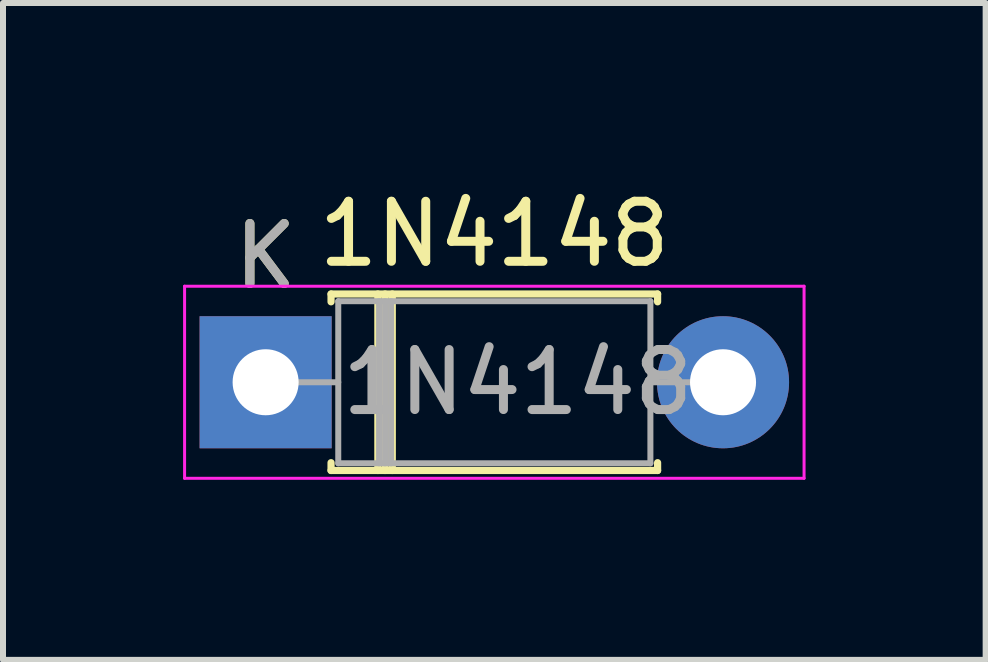
<source format=kicad_pcb>
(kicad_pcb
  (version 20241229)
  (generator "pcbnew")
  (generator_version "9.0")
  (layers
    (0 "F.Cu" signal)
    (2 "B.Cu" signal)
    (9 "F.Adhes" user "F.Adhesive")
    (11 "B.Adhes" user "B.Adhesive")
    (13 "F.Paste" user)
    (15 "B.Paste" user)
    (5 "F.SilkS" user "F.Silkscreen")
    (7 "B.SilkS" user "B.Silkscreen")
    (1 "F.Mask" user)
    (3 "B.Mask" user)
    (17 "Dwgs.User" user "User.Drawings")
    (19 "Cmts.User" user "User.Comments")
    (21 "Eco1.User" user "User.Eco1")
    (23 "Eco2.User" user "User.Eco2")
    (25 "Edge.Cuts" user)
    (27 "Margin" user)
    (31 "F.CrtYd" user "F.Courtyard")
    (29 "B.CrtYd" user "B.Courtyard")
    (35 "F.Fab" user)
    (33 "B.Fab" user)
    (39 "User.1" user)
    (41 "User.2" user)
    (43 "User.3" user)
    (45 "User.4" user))
  (footprint "1N4148"
    (layer "F.Cu")
    (at 1.375 3.318)
    (property "Reference" "1N4148" (at 3.81 -2.47 0) (layer "F.SilkS") (effects (font (size 1 1) (thickness 0.15))))
    (attr through_hole)
    (fp_line (start 1.09 -1.47) (end 6.53 -1.47) (stroke (width 0.12) (type solid)) (layer "F.SilkS"))
    (fp_line (start 1.09 -1.34) (end 1.09 -1.47) (stroke (width 0.12) (type solid)) (layer "F.SilkS"))
    (fp_line (start 1.09 1.34) (end 1.09 1.47) (stroke (width 0.12) (type solid)) (layer "F.SilkS"))
    (fp_line (start 1.09 1.47) (end 6.53 1.47) (stroke (width 0.12) (type solid)) (layer "F.SilkS"))
    (fp_line (start 1.87 -1.47) (end 1.87 1.47) (stroke (width 0.12) (type solid)) (layer "F.SilkS"))
    (fp_line (start 1.99 -1.47) (end 1.99 1.47) (stroke (width 0.12) (type solid)) (layer "F.SilkS"))
    (fp_line (start 2.11 -1.47) (end 2.11 1.47) (stroke (width 0.12) (type solid)) (layer "F.SilkS"))
    (fp_line (start 6.53 -1.47) (end 6.53 -1.34) (stroke (width 0.12) (type solid)) (layer "F.SilkS"))
    (fp_line (start 6.53 1.47) (end 6.53 1.34) (stroke (width 0.12) (type solid)) (layer "F.SilkS"))
    (fp_line (start -1.35 -1.6) (end -1.35 1.6) (stroke (width 0.05) (type solid)) (layer "F.CrtYd"))
    (fp_line (start -1.35 1.6) (end 8.97 1.6) (stroke (width 0.05) (type solid)) (layer "F.CrtYd"))
    (fp_line (start 8.97 -1.6) (end -1.35 -1.6) (stroke (width 0.05) (type solid)) (layer "F.CrtYd"))
    (fp_line (start 8.97 1.6) (end 8.97 -1.6) (stroke (width 0.05) (type solid)) (layer "F.CrtYd"))
    (fp_line (start 0 0) (end 1.21 0) (stroke (width 0.1) (type solid)) (layer "F.Fab"))
    (fp_line (start 1.21 -1.35) (end 1.21 1.35) (stroke (width 0.1) (type solid)) (layer "F.Fab"))
    (fp_line (start 1.21 1.35) (end 6.41 1.35) (stroke (width 0.1) (type solid)) (layer "F.Fab"))
    (fp_line (start 1.89 -1.35) (end 1.89 1.35) (stroke (width 0.1) (type solid)) (layer "F.Fab"))
    (fp_line (start 1.99 -1.35) (end 1.99 1.35) (stroke (width 0.1) (type solid)) (layer "F.Fab"))
    (fp_line (start 2.09 -1.35) (end 2.09 1.35) (stroke (width 0.1) (type solid)) (layer "F.Fab"))
    (fp_line (start 6.41 -1.35) (end 1.21 -1.35) (stroke (width 0.1) (type solid)) (layer "F.Fab"))
    (fp_line (start 6.41 1.35) (end 6.41 -1.35) (stroke (width 0.1) (type solid)) (layer "F.Fab"))
    (fp_line (start 7.62 0) (end 6.41 0) (stroke (width 0.1) (type solid)) (layer "F.Fab"))
    (fp_text user "K" (at 0 -2.1 0) (layer "F.SilkS") (effects (font (size 1 1) (thickness 0.15))))
    (fp_text user "${REFERENCE}" (at 4.2 0 0) (layer "F.Fab") (effects (font (size 1 1) (thickness 0.15))))
    (fp_text user "K" (at 0 -2.1 0) (layer "F.Fab") (effects (font (size 1 1) (thickness 0.15))))
    (pad "1" thru_hole rect (at 0 0) (size 2.2 2.2) (drill 1.1) (layers "*.Cu" "*.Mask"))
    (pad "2" thru_hole oval (at 7.62 0) (size 2.2 2.2) (drill 1.1) (layers "*.Cu" "*.Mask")))
  (gr_rect
    (start -3 -3)
    (end 13.37 7.943)
    (stroke (width 0.1) (type default))
    (fill no)
    (layer "Edge.Cuts")))
</source>
